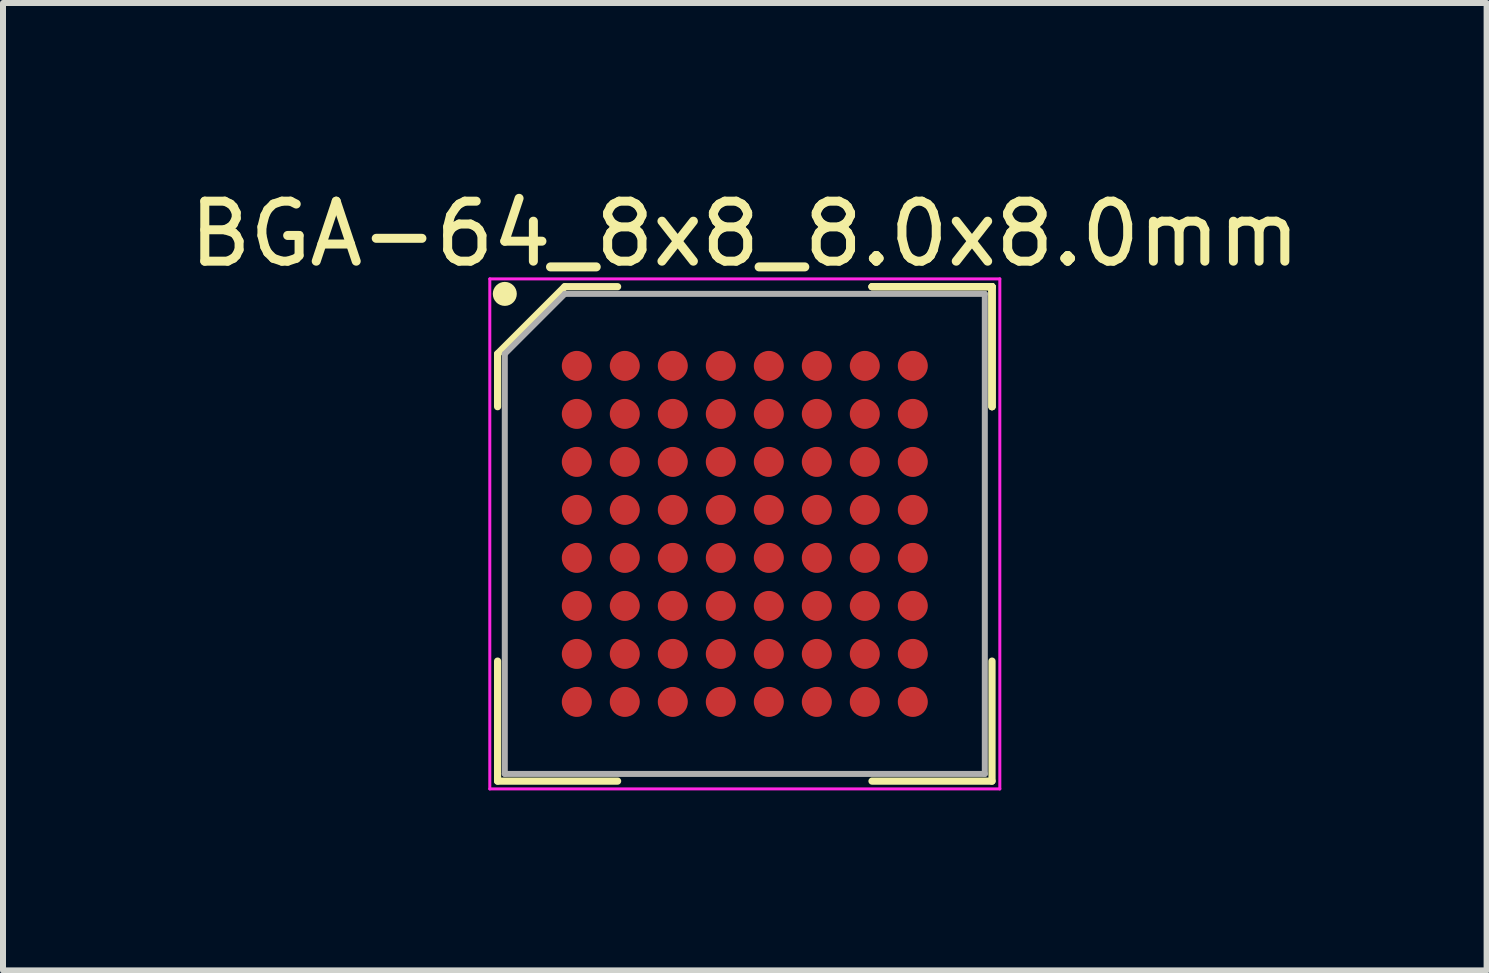
<source format=kicad_pcb>
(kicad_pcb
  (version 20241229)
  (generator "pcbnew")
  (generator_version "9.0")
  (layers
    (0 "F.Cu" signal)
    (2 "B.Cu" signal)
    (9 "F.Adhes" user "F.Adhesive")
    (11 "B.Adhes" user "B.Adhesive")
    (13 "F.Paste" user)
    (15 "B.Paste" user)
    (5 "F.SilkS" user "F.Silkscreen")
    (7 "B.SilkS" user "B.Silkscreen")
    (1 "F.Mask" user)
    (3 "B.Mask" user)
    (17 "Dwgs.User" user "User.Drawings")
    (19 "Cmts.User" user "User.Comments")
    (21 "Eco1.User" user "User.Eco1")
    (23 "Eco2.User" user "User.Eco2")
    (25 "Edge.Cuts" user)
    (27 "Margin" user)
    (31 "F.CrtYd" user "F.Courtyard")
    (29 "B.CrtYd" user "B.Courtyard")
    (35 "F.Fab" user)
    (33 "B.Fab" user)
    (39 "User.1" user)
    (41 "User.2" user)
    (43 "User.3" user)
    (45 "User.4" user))
  (footprint "BGA-64_8x8_8.0x8.0mm"
    (layer "F.Cu")
    (at 9.363 5.848)
    (property "Reference" "BGA-64_8x8_8.0x8.0mm" (at 0 -5 0) (layer "F.SilkS") (effects (font (size 1 1) (thickness 0.15))))
    (attr through_hole)
    (fp_line (start -4.12 -3) (end -4.12 -2.12) (stroke (width 0.12) (type default)) (layer "F.SilkS"))
    (fp_line (start -4.12 4.12) (end -4.12 2.12) (stroke (width 0.12) (type default)) (layer "F.SilkS"))
    (fp_line (start -3 -4.12) (end -4.12 -3) (stroke (width 0.12) (type default)) (layer "F.SilkS"))
    (fp_line (start -2.12 -4.12) (end -3 -4.12) (stroke (width 0.12) (type default)) (layer "F.SilkS"))
    (fp_line (start -2.12 4.12) (end -4.12 4.12) (stroke (width 0.12) (type default)) (layer "F.SilkS"))
    (fp_line (start 2.12 -4.12) (end 4.12 -4.12) (stroke (width 0.12) (type default)) (layer "F.SilkS"))
    (fp_line (start 2.12 -4.12) (end 4.12 -4.12) (stroke (width 0.12) (type default)) (layer "F.SilkS"))
    (fp_line (start 2.12 -4.12) (end 4.12 -4.12) (stroke (width 0.12) (type default)) (layer "F.SilkS"))
    (fp_line (start 2.12 4.12) (end 4.12 4.12) (stroke (width 0.12) (type default)) (layer "F.SilkS"))
    (fp_line (start 4.12 -4.12) (end 4.12 -2.12) (stroke (width 0.12) (type default)) (layer "F.SilkS"))
    (fp_line (start 4.12 -4.12) (end 4.12 -2.12) (stroke (width 0.12) (type default)) (layer "F.SilkS"))
    (fp_line (start 4.12 -4.12) (end 4.12 -2.12) (stroke (width 0.12) (type default)) (layer "F.SilkS"))
    (fp_line (start 4.12 4.12) (end 4.12 2.12) (stroke (width 0.12) (type default)) (layer "F.SilkS"))
    (fp_circle (center -4 -4) (end -4 -3.9) (stroke (width 0.2) (type default)) (fill no) (layer "F.SilkS"))
    (fp_line (start -4.25 -4.25) (end 4.25 -4.25) (stroke (width 0.05) (type default)) (layer "F.CrtYd"))
    (fp_line (start -4.25 4.25) (end -4.25 -4.25) (stroke (width 0.05) (type default)) (layer "F.CrtYd"))
    (fp_line (start 4.25 -4.25) (end 4.25 4.25) (stroke (width 0.05) (type default)) (layer "F.CrtYd"))
    (fp_line (start 4.25 4.25) (end -4.25 4.25) (stroke (width 0.05) (type default)) (layer "F.CrtYd"))
    (fp_line (start -4 -3) (end -4 4) (stroke (width 0.1) (type default)) (layer "F.Fab"))
    (fp_line (start -4 4) (end 4 4) (stroke (width 0.1) (type default)) (layer "F.Fab"))
    (fp_line (start -3 -4) (end -4 -3) (stroke (width 0.1) (type default)) (layer "F.Fab"))
    (fp_line (start 4 -4) (end -3 -4) (stroke (width 0.1) (type default)) (layer "F.Fab"))
    (fp_line (start 4 4) (end 4 -4) (stroke (width 0.1) (type default)) (layer "F.Fab"))
    (pad "A1" smd circle (at -2.8 -2.8) (size 0.5 0.5) (layers "F.Cu" "F.Mask" "F.Paste"))
    (pad "A2" smd circle (at -2 -2.8) (size 0.5 0.5) (layers "F.Cu" "F.Mask" "F.Paste"))
    (pad "A3" smd circle (at -1.2 -2.8) (size 0.5 0.5) (layers "F.Cu" "F.Mask" "F.Paste"))
    (pad "A4" smd circle (at -0.4 -2.8) (size 0.5 0.5) (layers "F.Cu" "F.Mask" "F.Paste"))
    (pad "A5" smd circle (at 0.4 -2.8) (size 0.5 0.5) (layers "F.Cu" "F.Mask" "F.Paste"))
    (pad "A6" smd circle (at 1.2 -2.8) (size 0.5 0.5) (layers "F.Cu" "F.Mask" "F.Paste"))
    (pad "A7" smd circle (at 2 -2.8) (size 0.5 0.5) (layers "F.Cu" "F.Mask" "F.Paste"))
    (pad "A8" smd circle (at 2.8 -2.8) (size 0.5 0.5) (layers "F.Cu" "F.Mask" "F.Paste"))
    (pad "B1" smd circle (at -2.8 -2) (size 0.5 0.5) (layers "F.Cu" "F.Mask" "F.Paste"))
    (pad "B2" smd circle (at -2 -2) (size 0.5 0.5) (layers "F.Cu" "F.Mask" "F.Paste"))
    (pad "B3" smd circle (at -1.2 -2) (size 0.5 0.5) (layers "F.Cu" "F.Mask" "F.Paste"))
    (pad "B4" smd circle (at -0.4 -2) (size 0.5 0.5) (layers "F.Cu" "F.Mask" "F.Paste"))
    (pad "B5" smd circle (at 0.4 -2) (size 0.5 0.5) (layers "F.Cu" "F.Mask" "F.Paste"))
    (pad "B6" smd circle (at 1.2 -2) (size 0.5 0.5) (layers "F.Cu" "F.Mask" "F.Paste"))
    (pad "B7" smd circle (at 2 -2) (size 0.5 0.5) (layers "F.Cu" "F.Mask" "F.Paste"))
    (pad "B8" smd circle (at 2.8 -2) (size 0.5 0.5) (layers "F.Cu" "F.Mask" "F.Paste"))
    (pad "C1" smd circle (at -2.8 -1.2) (size 0.5 0.5) (layers "F.Cu" "F.Mask" "F.Paste"))
    (pad "C2" smd circle (at -2 -1.2) (size 0.5 0.5) (layers "F.Cu" "F.Mask" "F.Paste"))
    (pad "C3" smd circle (at -1.2 -1.2) (size 0.5 0.5) (layers "F.Cu" "F.Mask" "F.Paste"))
    (pad "C4" smd circle (at -0.4 -1.2) (size 0.5 0.5) (layers "F.Cu" "F.Mask" "F.Paste"))
    (pad "C5" smd circle (at 0.4 -1.2) (size 0.5 0.5) (layers "F.Cu" "F.Mask" "F.Paste"))
    (pad "C6" smd circle (at 1.2 -1.2) (size 0.5 0.5) (layers "F.Cu" "F.Mask" "F.Paste"))
    (pad "C7" smd circle (at 2 -1.2) (size 0.5 0.5) (layers "F.Cu" "F.Mask" "F.Paste"))
    (pad "C8" smd circle (at 2.8 -1.2) (size 0.5 0.5) (layers "F.Cu" "F.Mask" "F.Paste"))
    (pad "D1" smd circle (at -2.8 -0.4) (size 0.5 0.5) (layers "F.Cu" "F.Mask" "F.Paste"))
    (pad "D2" smd circle (at -2 -0.4) (size 0.5 0.5) (layers "F.Cu" "F.Mask" "F.Paste"))
    (pad "D3" smd circle (at -1.2 -0.4) (size 0.5 0.5) (layers "F.Cu" "F.Mask" "F.Paste"))
    (pad "D4" smd circle (at -0.4 -0.4) (size 0.5 0.5) (layers "F.Cu" "F.Mask" "F.Paste"))
    (pad "D5" smd circle (at 0.4 -0.4) (size 0.5 0.5) (layers "F.Cu" "F.Mask" "F.Paste"))
    (pad "D6" smd circle (at 1.2 -0.4) (size 0.5 0.5) (layers "F.Cu" "F.Mask" "F.Paste"))
    (pad "D7" smd circle (at 2 -0.4) (size 0.5 0.5) (layers "F.Cu" "F.Mask" "F.Paste"))
    (pad "D8" smd circle (at 2.8 -0.4) (size 0.5 0.5) (layers "F.Cu" "F.Mask" "F.Paste"))
    (pad "E1" smd circle (at -2.8 0.4) (size 0.5 0.5) (layers "F.Cu" "F.Mask" "F.Paste"))
    (pad "E2" smd circle (at -2 0.4) (size 0.5 0.5) (layers "F.Cu" "F.Mask" "F.Paste"))
    (pad "E3" smd circle (at -1.2 0.4) (size 0.5 0.5) (layers "F.Cu" "F.Mask" "F.Paste"))
    (pad "E4" smd circle (at -0.4 0.4) (size 0.5 0.5) (layers "F.Cu" "F.Mask" "F.Paste"))
    (pad "E5" smd circle (at 0.4 0.4) (size 0.5 0.5) (layers "F.Cu" "F.Mask" "F.Paste"))
    (pad "E6" smd circle (at 1.2 0.4) (size 0.5 0.5) (layers "F.Cu" "F.Mask" "F.Paste"))
    (pad "E7" smd circle (at 2 0.4) (size 0.5 0.5) (layers "F.Cu" "F.Mask" "F.Paste"))
    (pad "E8" smd circle (at 2.8 0.4) (size 0.5 0.5) (layers "F.Cu" "F.Mask" "F.Paste"))
    (pad "F1" smd circle (at -2.8 1.2) (size 0.5 0.5) (layers "F.Cu" "F.Mask" "F.Paste"))
    (pad "F2" smd circle (at -2 1.2) (size 0.5 0.5) (layers "F.Cu" "F.Mask" "F.Paste"))
    (pad "F3" smd circle (at -1.2 1.2) (size 0.5 0.5) (layers "F.Cu" "F.Mask" "F.Paste"))
    (pad "F4" smd circle (at -0.4 1.2) (size 0.5 0.5) (layers "F.Cu" "F.Mask" "F.Paste"))
    (pad "F5" smd circle (at 0.4 1.2) (size 0.5 0.5) (layers "F.Cu" "F.Mask" "F.Paste"))
    (pad "F6" smd circle (at 1.2 1.2) (size 0.5 0.5) (layers "F.Cu" "F.Mask" "F.Paste"))
    (pad "F7" smd circle (at 2 1.2) (size 0.5 0.5) (layers "F.Cu" "F.Mask" "F.Paste"))
    (pad "F8" smd circle (at 2.8 1.2) (size 0.5 0.5) (layers "F.Cu" "F.Mask" "F.Paste"))
    (pad "G1" smd circle (at -2.8 2) (size 0.5 0.5) (layers "F.Cu" "F.Mask" "F.Paste"))
    (pad "G2" smd circle (at -2 2) (size 0.5 0.5) (layers "F.Cu" "F.Mask" "F.Paste"))
    (pad "G3" smd circle (at -1.2 2) (size 0.5 0.5) (layers "F.Cu" "F.Mask" "F.Paste"))
    (pad "G4" smd circle (at -0.4 2) (size 0.5 0.5) (layers "F.Cu" "F.Mask" "F.Paste"))
    (pad "G5" smd circle (at 0.4 2) (size 0.5 0.5) (layers "F.Cu" "F.Mask" "F.Paste"))
    (pad "G6" smd circle (at 1.2 2) (size 0.5 0.5) (layers "F.Cu" "F.Mask" "F.Paste"))
    (pad "G7" smd circle (at 2 2) (size 0.5 0.5) (layers "F.Cu" "F.Mask" "F.Paste"))
    (pad "G8" smd circle (at 2.8 2) (size 0.5 0.5) (layers "F.Cu" "F.Mask" "F.Paste"))
    (pad "H1" smd circle (at -2.8 2.8) (size 0.5 0.5) (layers "F.Cu" "F.Mask" "F.Paste"))
    (pad "H2" smd circle (at -2 2.8) (size 0.5 0.5) (layers "F.Cu" "F.Mask" "F.Paste"))
    (pad "H3" smd circle (at -1.2 2.8) (size 0.5 0.5) (layers "F.Cu" "F.Mask" "F.Paste"))
    (pad "H4" smd circle (at -0.4 2.8) (size 0.5 0.5) (layers "F.Cu" "F.Mask" "F.Paste"))
    (pad "H5" smd circle (at 0.4 2.8) (size 0.5 0.5) (layers "F.Cu" "F.Mask" "F.Paste"))
    (pad "H6" smd circle (at 1.2 2.8) (size 0.5 0.5) (layers "F.Cu" "F.Mask" "F.Paste"))
    (pad "H7" smd circle (at 2 2.8) (size 0.5 0.5) (layers "F.Cu" "F.Mask" "F.Paste"))
    (pad "H8" smd circle (at 2.8 2.8) (size 0.5 0.5) (layers "F.Cu" "F.Mask" "F.Paste")))
  (gr_rect
    (start -3 -3)
    (end 21.726 13.123)
    (stroke (width 0.1) (type default))
    (fill no)
    (layer "Edge.Cuts")))
</source>
